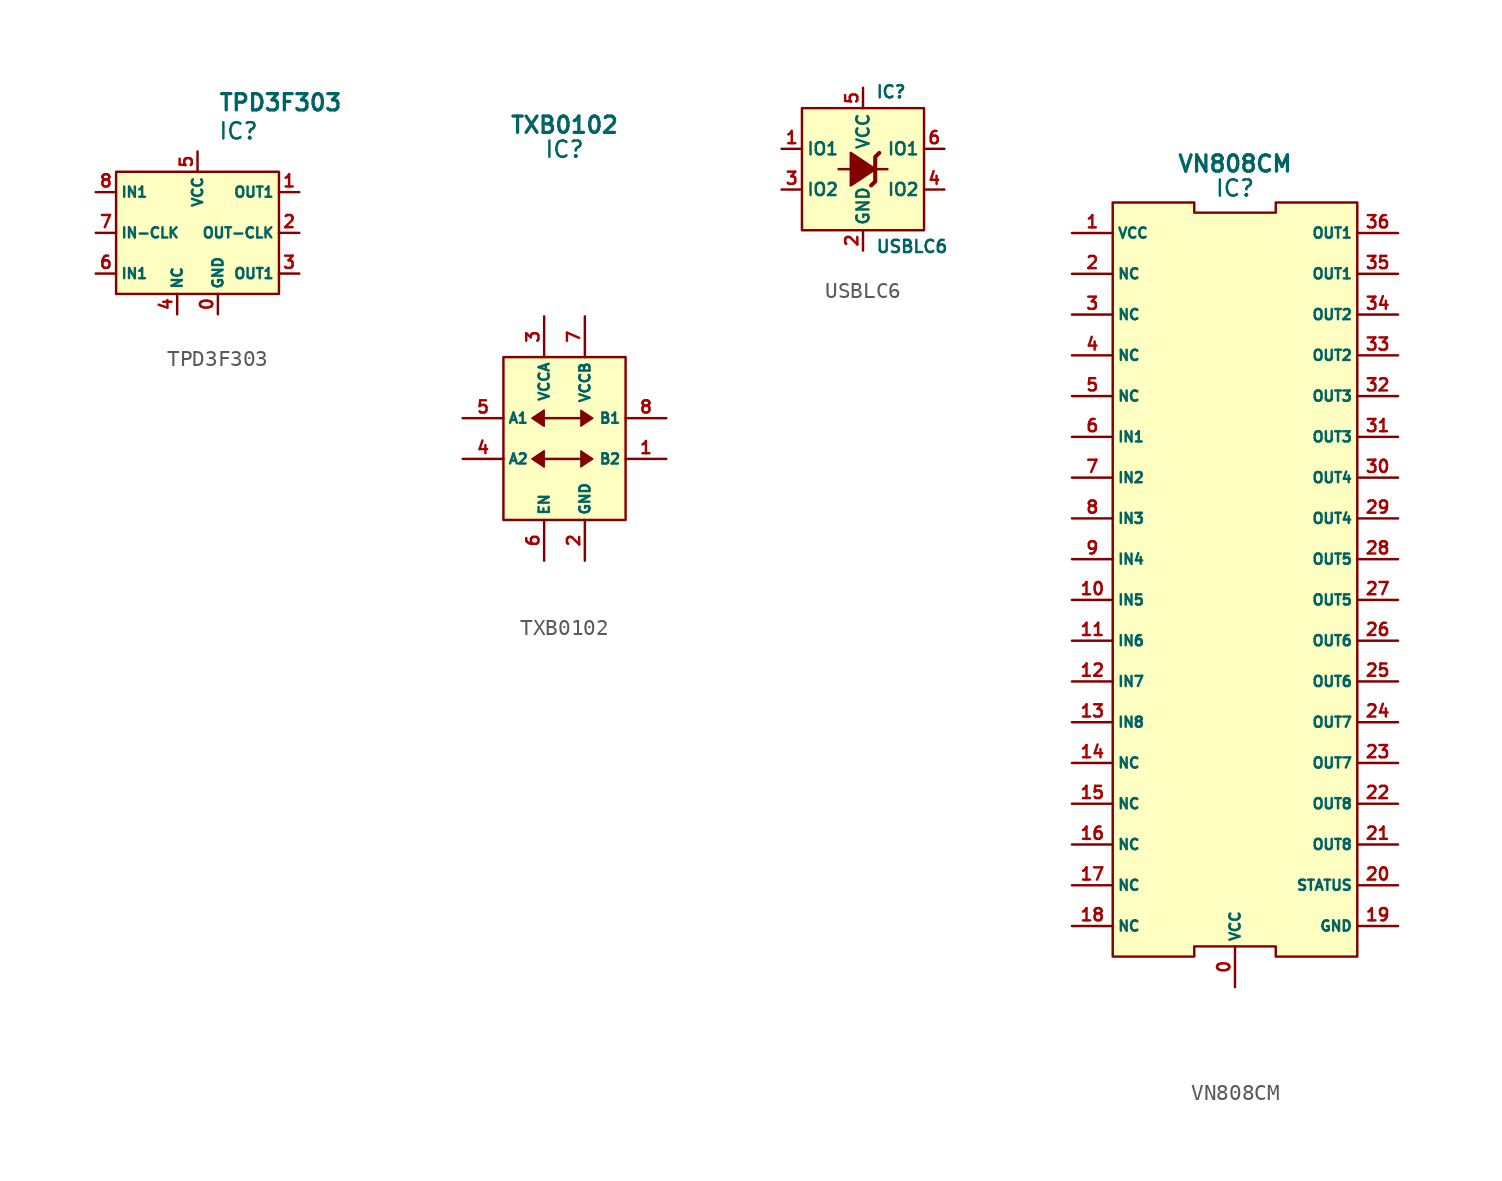
<source format=kicad_sym>
(kicad_symbol_lib
  (version 20231120)
  (generator "kicad_symbol_editor")
  (generator_version "8.0")
  (symbol "TPD3F303"
    (pin_names
      (offset 0.254))
    (property "Reference" "IC"
      (at 1.27 5.08 0)
      (effects (font (size 1.016 1.016)) (justify left)))
    (property "Value" "TPD3F303"
      (at 1.27 6.858 0)
      (effects (font (size 1.016 1.016) (bold yes)) (justify left)))
    (symbol "TPD3F303_0_1"
      (rectangle (start -5.08 2.54) (end 5.08 -5.08) (stroke (width 0) (type solid)) (fill (type background))))
    (symbol "TPD3F303_1_1"
      (pin power_in line (at 1.27 -6.35 90) (length 1.27) (name "GND" (effects (font (size 0.635 0.635)))) (number "0" (effects (font (size 0.762 0.762)))))
      (pin output line (at 6.35 1.27 180) (length 1.27) (name "OUT1" (effects (font (size 0.635 0.635)))) (number "1" (effects (font (size 0.762 0.762)))))
      (pin bidirectional line (at 6.35 -1.27 180) (length 1.27) (name "OUT-CLK" (effects (font (size 0.635 0.635)))) (number "2" (effects (font (size 0.762 0.762)))))
      (pin bidirectional line (at 6.35 -3.81 180) (length 1.27) (name "OUT1" (effects (font (size 0.635 0.635)))) (number "3" (effects (font (size 0.762 0.762)))))
      (pin power_in line (at -1.27 -6.35 90) (length 1.27) (name "NC" (effects (font (size 0.635 0.635)))) (number "4" (effects (font (size 0.762 0.762)))))
      (pin power_in line (at 0 3.81 270) (length 1.27) (name "VCC" (effects (font (size 0.635 0.635)))) (number "5" (effects (font (size 0.762 0.762)))))
      (pin input line (at -6.35 -3.81 0) (length 1.27) (name "IN1" (effects (font (size 0.635 0.635)))) (number "6" (effects (font (size 0.762 0.762)))))
      (pin input line (at -6.35 -1.27 0) (length 1.27) (name "IN-CLK" (effects (font (size 0.635 0.635)))) (number "7" (effects (font (size 0.762 0.762)))))
      (pin input line (at -6.35 1.27 0) (length 1.27) (name "IN1" (effects (font (size 0.635 0.635)))) (number "8" (effects (font (size 0.762 0.762)))))))
  (symbol "TXB0102"
    (pin_names
      (offset 0.254))
    (property "Reference" "IC"
      (at 0 20.574 0)
      (effects (font (size 1.016 1.016))))
    (property "Value" "TXB0102"
      (at 0 22.098 0)
      (effects (font (size 1.016 1.016) (bold yes))))
    (symbol "TXB0102_0_0"
      (polyline (pts (xy -1.27 1.778) (xy -1.27 0.762) (xy -2.032 1.27) (xy -1.27 1.778)) (stroke (width 0.076) (type solid)) (fill (type outline)))
      (polyline (pts (xy -1.27 1.778) (xy -1.27 0.762) (xy -2.032 1.27) (xy -1.27 1.778)) (stroke (width 0.076) (type solid)) (fill (type outline)))
      (polyline (pts (xy -1.27 4.318) (xy -1.27 3.302) (xy -2.032 3.81) (xy -1.27 4.318)) (stroke (width 0.076) (type solid)) (fill (type outline)))
      (polyline (pts (xy -1.27 4.318) (xy -1.27 3.302) (xy -2.032 3.81) (xy -1.27 4.318)) (stroke (width 0.076) (type solid)) (fill (type outline))))
    (symbol "TXB0102_0_1"
      (rectangle (start -3.81 7.62) (end 3.81 -2.54) (stroke (width 0) (type solid)) (fill (type background))))
    (symbol "TXB0102_1_1"
      (polyline (pts (xy 1.016 1.27) (xy -1.27 1.27)) (stroke (width 0) (type solid)) (fill (type none)))
      (polyline (pts (xy 1.016 3.81) (xy -1.27 3.81)) (stroke (width 0) (type solid)) (fill (type none)))
      (polyline (pts (xy 1.016 0.762) (xy 1.016 1.778) (xy 1.778 1.27) (xy 1.016 0.762)) (stroke (width 0.076) (type solid)) (fill (type outline)))
      (polyline (pts (xy 1.016 3.302) (xy 1.016 4.318) (xy 1.778 3.81) (xy 1.016 3.302)) (stroke (width 0.076) (type solid)) (fill (type outline)))
      (pin bidirectional line (at 6.35 1.27 180) (length 2.54) (name "B2" (effects (font (size 0.635 0.635)))) (number "1" (effects (font (size 0.762 0.762)))))
      (pin power_in line (at 1.27 -5.08 90) (length 2.54) (name "GND" (effects (font (size 0.635 0.635)))) (number "2" (effects (font (size 0.762 0.762)))))
      (pin power_in line (at -1.27 10.16 270) (length 2.54) (name "VCCA" (effects (font (size 0.635 0.635)))) (number "3" (effects (font (size 0.762 0.762)))))
      (pin bidirectional line (at -6.35 1.27 0) (length 2.54) (name "A2" (effects (font (size 0.635 0.635)))) (number "4" (effects (font (size 0.762 0.762)))))
      (pin bidirectional line (at -6.35 3.81 0) (length 2.54) (name "A1" (effects (font (size 0.635 0.635)))) (number "5" (effects (font (size 0.762 0.762)))))
      (pin input line (at -1.27 -5.08 90) (length 2.54) (name "EN" (effects (font (size 0.635 0.635)))) (number "6" (effects (font (size 0.762 0.762)))))
      (pin power_in line (at 1.27 10.16 270) (length 2.54) (name "VCCB" (effects (font (size 0.635 0.635)))) (number "7" (effects (font (size 0.762 0.762)))))
      (pin bidirectional line (at 6.35 3.81 180) (length 2.54) (name "B1" (effects (font (size 0.635 0.635)))) (number "8" (effects (font (size 0.762 0.762)))))))
  (symbol "USBLC6"
    (pin_names
      (offset 0.254))
    (property "Reference" "IC"
      (at 0.762 4.826 0)
      (effects (font (size 0.762 0.762)) (justify left)))
    (property "Value" "USBLC6"
      (at 0.762 -4.826 0)
      (effects (font (size 0.762 0.762) (bold yes)) (justify left)))
    (symbol "USBLC6_0_1"
      (rectangle (start -3.81 3.81) (end 3.81 -3.81) (stroke (width 0) (type solid)) (fill (type background)))
      (polyline (pts (xy 1.524 0) (xy -1.524 0)) (stroke (width 0) (type solid)) (fill (type none)))
      (polyline (pts (xy -0.762 1.016) (xy -0.762 -1.016) (xy 0.762 0) (xy -0.762 1.016)) (stroke (width 0) (type solid)) (fill (type outline)))
      (polyline (pts (xy 1.016 1.016) (xy 0.762 0.762) (xy 0.762 -0.762) (xy 0.508 -1.016)) (stroke (width 0.254) (type solid)) (fill (type none))))
    (symbol "USBLC6_1_1"
      (pin bidirectional line (at -5.08 1.27 0) (length 1.27) (name "IO1" (effects (font (size 0.762 0.762)))) (number "1" (effects (font (size 0.762 0.762)))))
      (pin power_in line (at 0 -5.08 90) (length 1.27) (name "GND" (effects (font (size 0.762 0.762)))) (number "2" (effects (font (size 0.762 0.762)))))
      (pin bidirectional line (at -5.08 -1.27 0) (length 1.27) (name "IO2" (effects (font (size 0.762 0.762)))) (number "3" (effects (font (size 0.762 0.762)))))
      (pin bidirectional line (at 5.08 -1.27 180) (length 1.27) (name "IO2" (effects (font (size 0.762 0.762)))) (number "4" (effects (font (size 0.762 0.762)))))
      (pin power_in line (at 0 5.08 270) (length 1.27) (name "VCC" (effects (font (size 0.762 0.762)))) (number "5" (effects (font (size 0.762 0.762)))))
      (pin bidirectional line (at 5.08 1.27 180) (length 1.27) (name "IO1" (effects (font (size 0.762 0.762)))) (number "6" (effects (font (size 0.762 0.762)))))))
  (symbol "VN808CM"
    (pin_names
      (offset 0.254))
    (property "Reference" "IC"
      (at 0 33.274 0)
      (effects (font (size 1.016 1.016))))
    (property "Value" "VN808CM"
      (at 0 34.798 0)
      (effects (font (size 1.016 1.016) (bold yes))))
    (symbol "VN808CM_0_1"
      (polyline (pts (xy -7.62 32.385) (xy -2.54 32.385) (xy -2.54 31.75) (xy 2.54 31.75) (xy 2.54 32.385) (xy 7.62 32.385) (xy 7.62 -14.605) (xy 2.54 -14.605) (xy 2.54 -13.97) (xy -2.54 -13.97) (xy -2.54 -14.605) (xy -7.62 -14.605) (xy -7.62 32.385)) (stroke (width 0) (type solid)) (fill (type background))))
    (symbol "VN808CM_1_1"
      (pin power_in line (at 0 -16.51 90) (length 2.54) (name "VCC" (effects (font (size 0.635 0.635)))) (number "0" (effects (font (size 0.762 0.762)))))
      (pin power_in line (at -10.16 30.48 0) (length 2.54) (name "VCC" (effects (font (size 0.635 0.635)))) (number "1" (effects (font (size 0.762 0.762)))))
      (pin input line (at -10.16 7.62 0) (length 2.54) (name "IN5" (effects (font (size 0.635 0.635)))) (number "10" (effects (font (size 0.762 0.762)))))
      (pin input line (at -10.16 5.08 0) (length 2.54) (name "IN6" (effects (font (size 0.635 0.635)))) (number "11" (effects (font (size 0.762 0.762)))))
      (pin input line (at -10.16 2.54 0) (length 2.54) (name "IN7" (effects (font (size 0.635 0.635)))) (number "12" (effects (font (size 0.762 0.762)))))
      (pin input line (at -10.16 0 0) (length 2.54) (name "IN8" (effects (font (size 0.635 0.635)))) (number "13" (effects (font (size 0.762 0.762)))))
      (pin passive line (at -10.16 -2.54 0) (length 2.54) (name "NC" (effects (font (size 0.635 0.635)))) (number "14" (effects (font (size 0.762 0.762)))))
      (pin passive line (at -10.16 -5.08 0) (length 2.54) (name "NC" (effects (font (size 0.635 0.635)))) (number "15" (effects (font (size 0.762 0.762)))))
      (pin passive line (at -10.16 -7.62 0) (length 2.54) (name "NC" (effects (font (size 0.635 0.635)))) (number "16" (effects (font (size 0.762 0.762)))))
      (pin passive line (at -10.16 -10.16 0) (length 2.54) (name "NC" (effects (font (size 0.635 0.635)))) (number "17" (effects (font (size 0.762 0.762)))))
      (pin passive line (at -10.16 -12.7 0) (length 2.54) (name "NC" (effects (font (size 0.635 0.635)))) (number "18" (effects (font (size 0.762 0.762)))))
      (pin power_in line (at 10.16 -12.7 180) (length 2.54) (name "GND" (effects (font (size 0.635 0.635)))) (number "19" (effects (font (size 0.762 0.762)))))
      (pin passive line (at -10.16 27.94 0) (length 2.54) (name "NC" (effects (font (size 0.635 0.635)))) (number "2" (effects (font (size 0.762 0.762)))))
      (pin output line (at 10.16 -10.16 180) (length 2.54) (name "STATUS" (effects (font (size 0.635 0.635)))) (number "20" (effects (font (size 0.762 0.762)))))
      (pin output line (at 10.16 -7.62 180) (length 2.54) (name "OUT8" (effects (font (size 0.635 0.635)))) (number "21" (effects (font (size 0.762 0.762)))))
      (pin output line (at 10.16 -5.08 180) (length 2.54) (name "OUT8" (effects (font (size 0.635 0.635)))) (number "22" (effects (font (size 0.762 0.762)))))
      (pin output line (at 10.16 -2.54 180) (length 2.54) (name "OUT7" (effects (font (size 0.635 0.635)))) (number "23" (effects (font (size 0.762 0.762)))))
      (pin output line (at 10.16 0 180) (length 2.54) (name "OUT7" (effects (font (size 0.635 0.635)))) (number "24" (effects (font (size 0.762 0.762)))))
      (pin output line (at 10.16 2.54 180) (length 2.54) (name "OUT6" (effects (font (size 0.635 0.635)))) (number "25" (effects (font (size 0.762 0.762)))))
      (pin output line (at 10.16 5.08 180) (length 2.54) (name "OUT6" (effects (font (size 0.635 0.635)))) (number "26" (effects (font (size 0.762 0.762)))))
      (pin output line (at 10.16 7.62 180) (length 2.54) (name "OUT5" (effects (font (size 0.635 0.635)))) (number "27" (effects (font (size 0.762 0.762)))))
      (pin output line (at 10.16 10.16 180) (length 2.54) (name "OUT5" (effects (font (size 0.635 0.635)))) (number "28" (effects (font (size 0.762 0.762)))))
      (pin output line (at 10.16 12.7 180) (length 2.54) (name "OUT4" (effects (font (size 0.635 0.635)))) (number "29" (effects (font (size 0.762 0.762)))))
      (pin passive line (at -10.16 25.4 0) (length 2.54) (name "NC" (effects (font (size 0.635 0.635)))) (number "3" (effects (font (size 0.762 0.762)))))
      (pin output line (at 10.16 15.24 180) (length 2.54) (name "OUT4" (effects (font (size 0.635 0.635)))) (number "30" (effects (font (size 0.762 0.762)))))
      (pin output line (at 10.16 17.78 180) (length 2.54) (name "OUT3" (effects (font (size 0.635 0.635)))) (number "31" (effects (font (size 0.762 0.762)))))
      (pin output line (at 10.16 20.32 180) (length 2.54) (name "OUT3" (effects (font (size 0.635 0.635)))) (number "32" (effects (font (size 0.762 0.762)))))
      (pin output line (at 10.16 22.86 180) (length 2.54) (name "OUT2" (effects (font (size 0.635 0.635)))) (number "33" (effects (font (size 0.762 0.762)))))
      (pin output line (at 10.16 25.4 180) (length 2.54) (name "OUT2" (effects (font (size 0.635 0.635)))) (number "34" (effects (font (size 0.762 0.762)))))
      (pin output line (at 10.16 27.94 180) (length 2.54) (name "OUT1" (effects (font (size 0.635 0.635)))) (number "35" (effects (font (size 0.762 0.762)))))
      (pin output line (at 10.16 30.48 180) (length 2.54) (name "OUT1" (effects (font (size 0.635 0.635)))) (number "36" (effects (font (size 0.762 0.762)))))
      (pin passive line (at -10.16 22.86 0) (length 2.54) (name "NC" (effects (font (size 0.635 0.635)))) (number "4" (effects (font (size 0.762 0.762)))))
      (pin passive line (at -10.16 20.32 0) (length 2.54) (name "NC" (effects (font (size 0.635 0.635)))) (number "5" (effects (font (size 0.762 0.762)))))
      (pin input line (at -10.16 17.78 0) (length 2.54) (name "IN1" (effects (font (size 0.635 0.635)))) (number "6" (effects (font (size 0.762 0.762)))))
      (pin input line (at -10.16 15.24 0) (length 2.54) (name "IN2" (effects (font (size 0.635 0.635)))) (number "7" (effects (font (size 0.762 0.762)))))
      (pin input line (at -10.16 12.7 0) (length 2.54) (name "IN3" (effects (font (size 0.635 0.635)))) (number "8" (effects (font (size 0.762 0.762)))))
      (pin input line (at -10.16 10.16 0) (length 2.54) (name "IN4" (effects (font (size 0.635 0.635)))) (number "9" (effects (font (size 0.762 0.762))))))))
</source>
